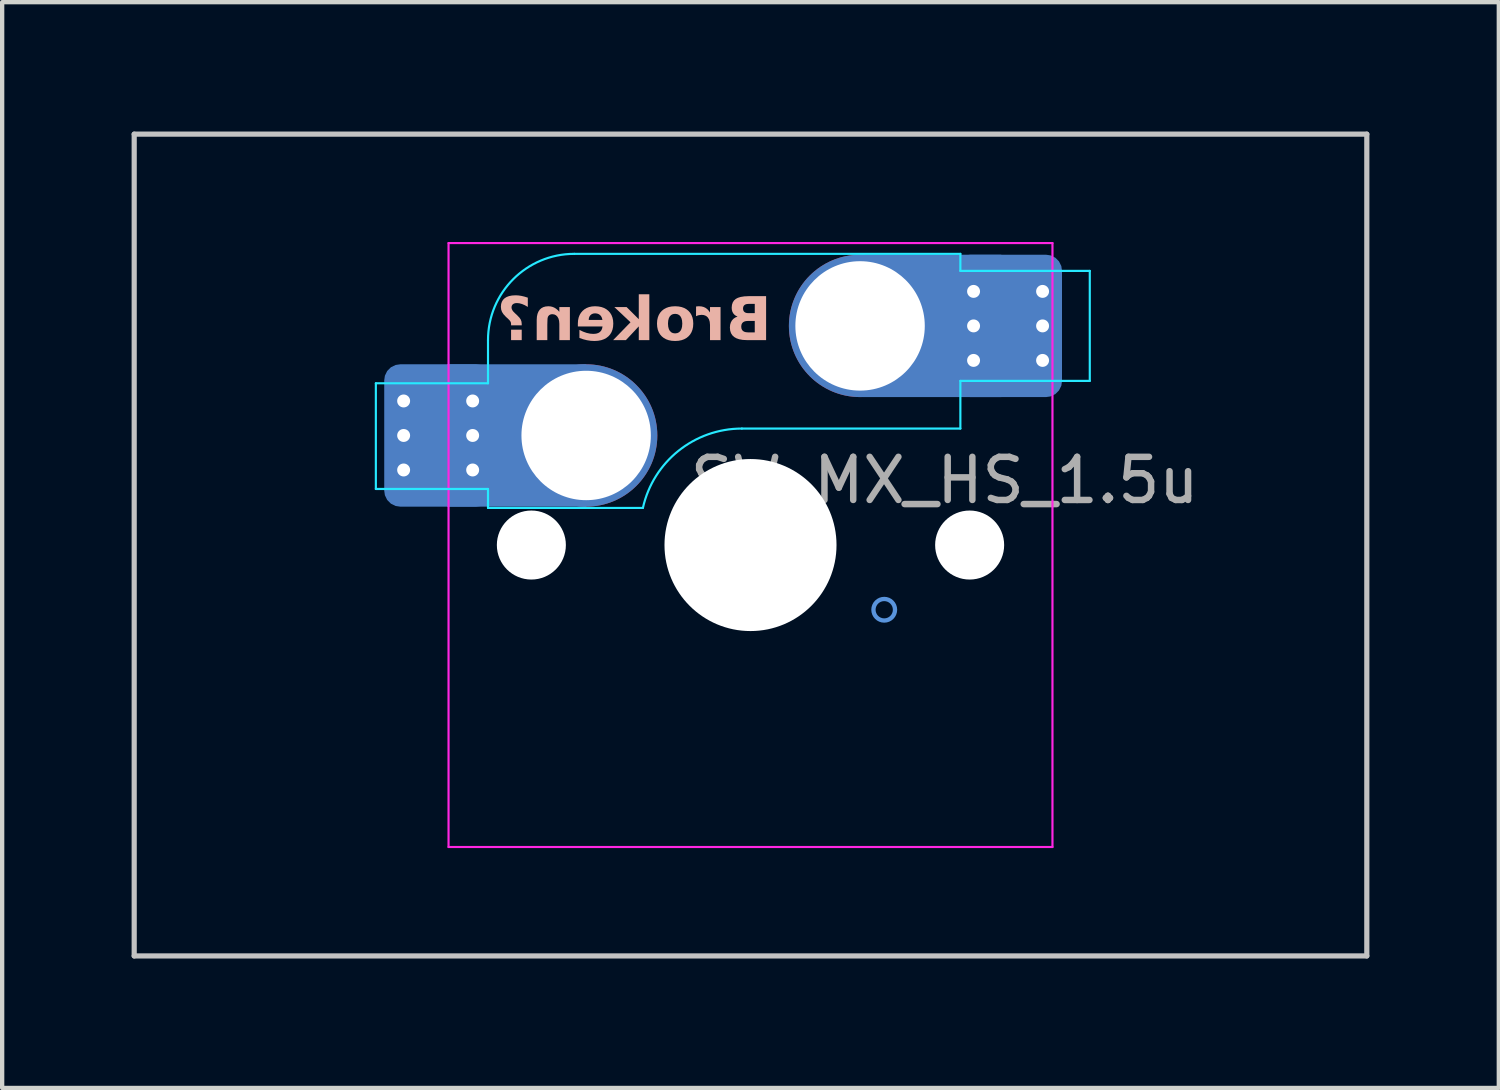
<source format=kicad_pcb>
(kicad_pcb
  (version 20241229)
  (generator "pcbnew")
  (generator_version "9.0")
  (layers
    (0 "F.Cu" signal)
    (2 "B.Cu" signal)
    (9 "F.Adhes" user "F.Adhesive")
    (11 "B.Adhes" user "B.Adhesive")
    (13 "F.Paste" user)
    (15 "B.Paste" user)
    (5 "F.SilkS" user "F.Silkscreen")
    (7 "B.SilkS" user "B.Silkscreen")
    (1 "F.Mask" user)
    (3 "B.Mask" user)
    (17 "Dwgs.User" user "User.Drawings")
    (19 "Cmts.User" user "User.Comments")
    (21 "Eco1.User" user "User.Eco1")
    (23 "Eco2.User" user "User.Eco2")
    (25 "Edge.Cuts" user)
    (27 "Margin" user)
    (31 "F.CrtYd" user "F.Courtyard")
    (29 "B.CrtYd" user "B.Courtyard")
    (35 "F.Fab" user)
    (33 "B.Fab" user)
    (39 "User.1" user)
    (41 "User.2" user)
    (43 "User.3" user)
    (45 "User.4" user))
  (footprint "SW_MX_HS_1.5u"
    (layer "F.Cu")
    (at 14.348 9.585)
    (property "Reference" "SW_MX_HS_1.5u" (at 4.5 -1.5 0) (layer "F.Fab") (effects (font (size 1 1) (thickness 0.15))))
    (attr smd)
    (fp_line (start -14.287 -9.525) (end -14.287 9.525) (stroke (width 0.12) (type solid)) (layer "Dwgs.User"))
    (fp_line (start -14.287 9.525) (end 14.287 9.525) (stroke (width 0.12) (type solid)) (layer "Dwgs.User"))
    (fp_line (start 14.287 -9.525) (end -14.287 -9.525) (stroke (width 0.12) (type solid)) (layer "Dwgs.User"))
    (fp_line (start 14.287 9.525) (end 14.287 -9.525) (stroke (width 0.12) (type solid)) (layer "Dwgs.User"))
    (fp_circle (center -3.81 -2.54) (end -3.81 -3.04) (stroke (width 0.1) (type default)) (fill no) (layer "Cmts.User"))
    (fp_circle (center 2.54 -5.08) (end 2.54 -5.58) (stroke (width 0.1) (type default)) (fill no) (layer "Cmts.User"))
    (fp_circle (center 3.1 1.5) (end 3.35 1.5) (stroke (width 0.1) (type default)) (fill no) (layer "Cmts.User"))
    (fp_line (start -7 6.5) (end -7 -6.5) (stroke (width 0.05) (type solid)) (layer "Eco2.User"))
    (fp_line (start -6.5 -7) (end 6.5 -7) (stroke (width 0.05) (type solid)) (layer "Eco2.User"))
    (fp_line (start 6.5 7) (end -6.5 7) (stroke (width 0.05) (type solid)) (layer "Eco2.User"))
    (fp_line (start 7 -6.5) (end 7 6.5) (stroke (width 0.05) (type solid)) (layer "Eco2.User"))
    (fp_arc (start -7 -6.5) (mid -6.853553 -6.853553) (end -6.5 -7) (stroke (width 0.05) (type solid)) (layer "Eco2.User"))
    (fp_arc (start -6.5 7) (mid -6.853553 6.853553) (end -7 6.5) (stroke (width 0.05) (type solid)) (layer "Eco2.User"))
    (fp_arc (start 6.5 -7) (mid 6.853553 -6.853553) (end 7 -6.5) (stroke (width 0.05) (type solid)) (layer "Eco2.User"))
    (fp_arc (start 6.997236 6.498884) (mid 6.850805 6.852453) (end 6.497236 6.998884) (stroke (width 0.05) (type solid)) (layer "Eco2.User"))
    (fp_line (start -8.685 -3.75) (end -8.685 -1.3) (stroke (width 0.05) (type solid)) (layer "B.CrtYd"))
    (fp_line (start -8.685 -1.3) (end -6.085 -1.3) (stroke (width 0.05) (type solid)) (layer "B.CrtYd"))
    (fp_line (start -6.085 -3.75) (end -8.685 -3.75) (stroke (width 0.05) (type solid)) (layer "B.CrtYd"))
    (fp_line (start -6.085 -3.75) (end -6.085 -4.75) (stroke (width 0.05) (type solid)) (layer "B.CrtYd"))
    (fp_line (start -6.085 -1.3) (end -6.085 -0.86) (stroke (width 0.05) (type solid)) (layer "B.CrtYd"))
    (fp_line (start -6.085 -0.86) (end -2.494 -0.86) (stroke (width 0.05) (type solid)) (layer "B.CrtYd"))
    (fp_line (start -4.085 -6.75) (end 4.865 -6.75) (stroke (width 0.05) (type solid)) (layer "B.CrtYd"))
    (fp_line (start 4.865 -6.75) (end 4.865 -6.355) (stroke (width 0.05) (type solid)) (layer "B.CrtYd"))
    (fp_line (start 4.865 -6.355) (end 7.865 -6.355) (stroke (width 0.05) (type solid)) (layer "B.CrtYd"))
    (fp_line (start 4.865 -3.805) (end 4.865 -2.7) (stroke (width 0.05) (type solid)) (layer "B.CrtYd"))
    (fp_line (start 4.865 -3.805) (end 7.865 -3.805) (stroke (width 0.05) (type solid)) (layer "B.CrtYd"))
    (fp_line (start 4.865 -2.7) (end -0.2 -2.7) (stroke (width 0.05) (type solid)) (layer "B.CrtYd"))
    (fp_line (start 7.865 -3.805) (end 7.865 -6.355) (stroke (width 0.05) (type solid)) (layer "B.CrtYd"))
    (fp_arc (start -6.085176 -4.75022) (mid -5.49939 -6.164434) (end -4.085176 -6.75022) (stroke (width 0.05) (type solid)) (layer "B.CrtYd"))
    (fp_arc (start -2.494322 -0.86022) (mid -1.670503 -2.183399) (end -0.2 -2.70022) (stroke (width 0.05) (type solid)) (layer "B.CrtYd"))
    (fp_line (start -7 -7) (end -7 7) (stroke (width 0.05) (type solid)) (layer "F.CrtYd"))
    (fp_line (start -7 7) (end 7 7) (stroke (width 0.05) (type solid)) (layer "F.CrtYd"))
    (fp_line (start 7 -7) (end -7 -7) (stroke (width 0.05) (type solid)) (layer "F.CrtYd"))
    (fp_line (start 7 7) (end 7 -7) (stroke (width 0.05) (type solid)) (layer "F.CrtYd"))
    (fp_text user "Broken?" (at 0.49 -4.58 0) (unlocked yes) (layer "B.SilkS") (effects (font (face "Hitmo2.0") (size 1 1) (thickness 0.25) (bold yes)) (justify left bottom mirror)))
    (pad "" np_thru_hole circle (at -5.08 0) (size 1.6 1.6) (drill 1.6) (layers "*.Cu" "*.Mask"))
    (pad "" np_thru_hole circle (at 0 0) (size 3.988 3.988) (drill 3.988) (layers "*.Cu" "*.Mask"))
    (pad "" np_thru_hole circle (at 5.08 0) (size 1.6 1.6) (drill 1.6) (layers "*.Cu" "*.Mask"))
    (pad "1" thru_hole circle (at -8.041 -3.34 180) (size 0.6 0.6) (drill 0.3) (layers "*.Cu"))
    (pad "1" thru_hole circle (at -8.041 -2.54 180) (size 0.6 0.6) (drill 0.3) (layers "*.Cu"))
    (pad "1" thru_hole circle (at -8.041 -1.74 180) (size 0.6 0.6) (drill 0.3) (layers "*.Cu"))
    (pad "1" smd roundrect (at -7.241 -2.54 180) (size 2.2 3) (layers "B.Cu" "B.Mask" "B.Paste") (roundrect_rratio 0.114))
    (pad "1" smd roundrect (at -7.241 -2.54 180) (size 2.5 3.3) (layers "B.Cu") (roundrect_rratio 0.148))
    (pad "1" thru_hole circle (at -6.441 -3.34 180) (size 0.6 0.6) (drill 0.3) (layers "*.Cu"))
    (pad "1" thru_hole circle (at -6.441 -2.54 180) (size 0.6 0.6) (drill 0.3) (layers "*.Cu"))
    (pad "1" thru_hole circle (at -6.441 -1.74 180) (size 0.6 0.6) (drill 0.3) (layers "*.Cu"))
    (pad "1" smd rect (at -5.423 -2.54 180) (size 3.226 3.3) (layers "B.Cu"))
    (pad "1" thru_hole circle (at -3.81 -2.54 180) (size 3 3) (drill 3) (layers "*.Cu" "*.Mask"))
    (pad "1" smd circle (at -3.81 -2.54 180) (size 3.3 3.3) (layers "F.Cu"))
    (pad "1" smd circle (at -3.81 -2.54 180) (size 3.3 3.3) (layers "B.Cu"))
    (pad "2" thru_hole circle (at 2.54 -5.08) (size 3 3) (drill 3) (layers "*.Cu" "*.Mask"))
    (pad "2" smd circle (at 2.54 -5.08 180) (size 3.3 3.3) (layers "F.Cu"))
    (pad "2" smd circle (at 2.54 -5.08 180) (size 3.3 3.3) (layers "B.Cu"))
    (pad "2" smd rect (at 4.201 -5.08) (size 3.226 3.3) (layers "B.Cu"))
    (pad "2" thru_hole circle (at 5.171 -5.88) (size 0.6 0.6) (drill 0.3) (layers "*.Cu"))
    (pad "2" thru_hole circle (at 5.171 -5.08) (size 0.6 0.6) (drill 0.3) (layers "*.Cu"))
    (pad "2" thru_hole circle (at 5.171 -4.28) (size 0.6 0.6) (drill 0.3) (layers "*.Cu"))
    (pad "2" smd roundrect (at 5.971 -5.08) (size 2.2 3) (layers "B.Cu" "B.Mask" "B.Paste") (roundrect_rratio 0.114))
    (pad "2" smd roundrect (at 5.971 -5.08) (size 2.5 3.3) (layers "B.Cu") (roundrect_rratio 0.148))
    (pad "2" thru_hole circle (at 6.771 -5.88) (size 0.6 0.6) (drill 0.3) (layers "*.Cu"))
    (pad "2" thru_hole circle (at 6.771 -5.08) (size 0.6 0.6) (drill 0.3) (layers "*.Cu"))
    (pad "2" thru_hole circle (at 6.771 -4.28) (size 0.6 0.6) (drill 0.3) (layers "*.Cu")))
  (gr_rect
    (start -3 -3)
    (end 31.695 22.17)
    (stroke (width 0.1) (type default))
    (fill no)
    (layer "Edge.Cuts")))
</source>
